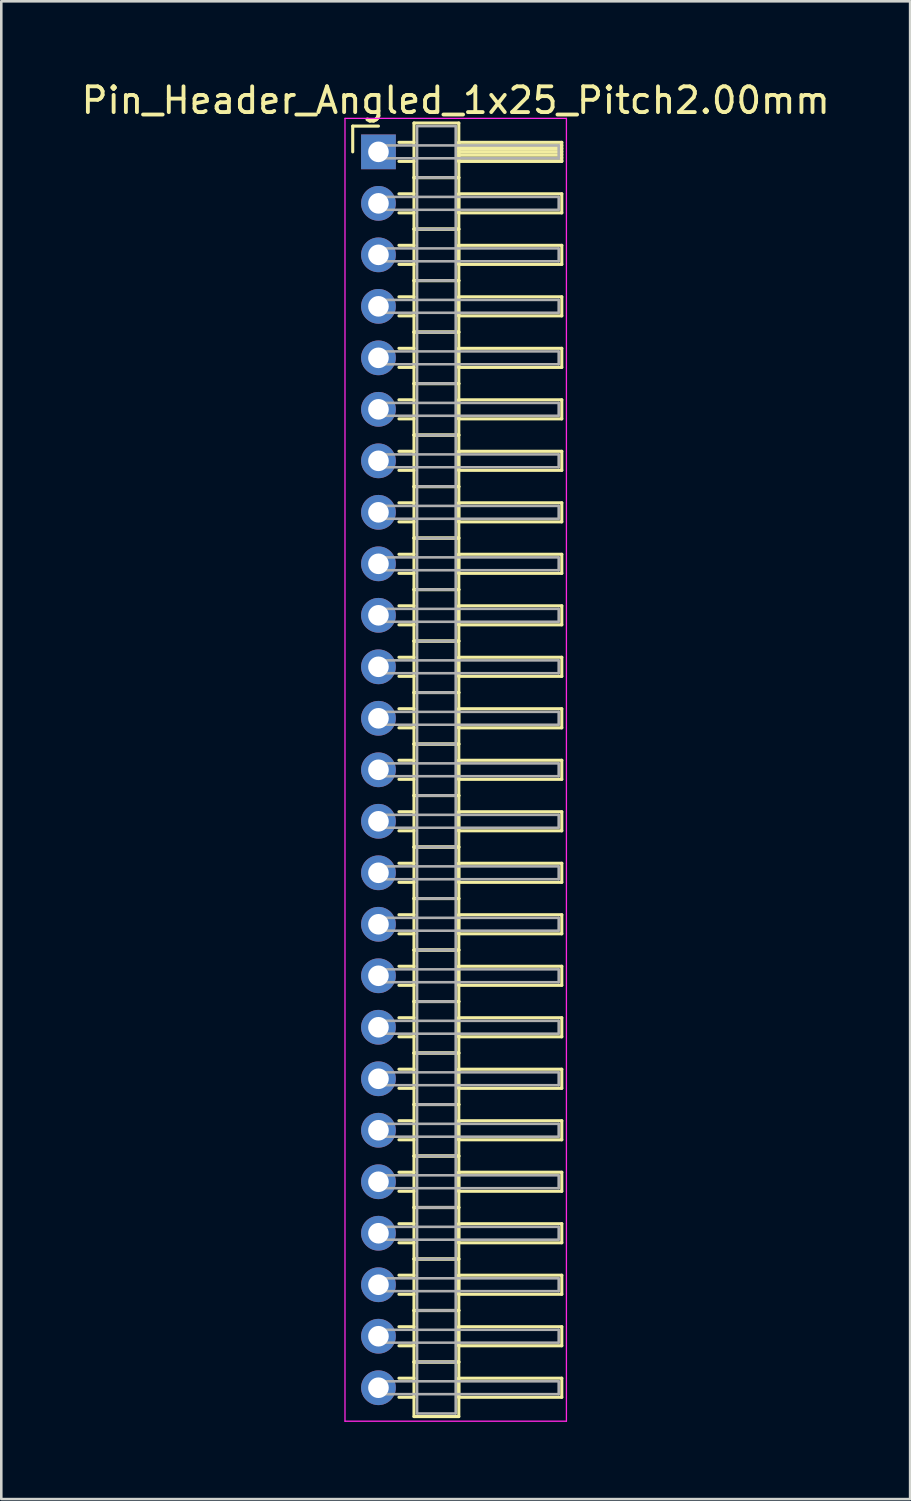
<source format=kicad_pcb>
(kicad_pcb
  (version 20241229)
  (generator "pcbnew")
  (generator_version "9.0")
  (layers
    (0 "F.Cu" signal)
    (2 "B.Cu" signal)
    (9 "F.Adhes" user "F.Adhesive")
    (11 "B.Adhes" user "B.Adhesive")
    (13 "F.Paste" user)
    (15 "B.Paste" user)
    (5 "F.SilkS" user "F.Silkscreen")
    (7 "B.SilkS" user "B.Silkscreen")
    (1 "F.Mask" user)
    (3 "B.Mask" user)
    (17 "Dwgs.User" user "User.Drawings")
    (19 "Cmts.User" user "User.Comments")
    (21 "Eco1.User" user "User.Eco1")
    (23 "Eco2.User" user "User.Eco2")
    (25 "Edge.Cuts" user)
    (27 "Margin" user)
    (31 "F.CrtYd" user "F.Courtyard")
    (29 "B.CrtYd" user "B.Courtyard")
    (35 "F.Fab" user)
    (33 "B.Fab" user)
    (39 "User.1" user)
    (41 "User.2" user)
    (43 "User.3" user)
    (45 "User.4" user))
  (footprint "Pin_Header_Angled_1x25_Pitch2.00mm"
    (layer "F.Cu")
    (at 11.649 2.848)
    (property "Reference" "Pin_Header_Angled_1x25_Pitch2.00mm" (at 3 -2 0) (layer "F.SilkS") (effects (font (size 1 1) (thickness 0.15))))
    (attr through_hole)
    (fp_line (start -1 -1) (end 0 -1) (stroke (width 0.12) (type solid)) (layer "F.SilkS"))
    (fp_line (start -1 0) (end -1 -1) (stroke (width 0.12) (type solid)) (layer "F.SilkS"))
    (fp_line (start 0.795 -0.37) (end 1.38 -0.37) (stroke (width 0.12) (type solid)) (layer "F.SilkS"))
    (fp_line (start 0.795 0.37) (end 1.38 0.37) (stroke (width 0.12) (type solid)) (layer "F.SilkS"))
    (fp_line (start 0.795 1.63) (end 1.38 1.63) (stroke (width 0.12) (type solid)) (layer "F.SilkS"))
    (fp_line (start 0.795 2.37) (end 1.38 2.37) (stroke (width 0.12) (type solid)) (layer "F.SilkS"))
    (fp_line (start 0.795 3.63) (end 1.38 3.63) (stroke (width 0.12) (type solid)) (layer "F.SilkS"))
    (fp_line (start 0.795 4.37) (end 1.38 4.37) (stroke (width 0.12) (type solid)) (layer "F.SilkS"))
    (fp_line (start 0.795 5.63) (end 1.38 5.63) (stroke (width 0.12) (type solid)) (layer "F.SilkS"))
    (fp_line (start 0.795 6.37) (end 1.38 6.37) (stroke (width 0.12) (type solid)) (layer "F.SilkS"))
    (fp_line (start 0.795 7.63) (end 1.38 7.63) (stroke (width 0.12) (type solid)) (layer "F.SilkS"))
    (fp_line (start 0.795 8.37) (end 1.38 8.37) (stroke (width 0.12) (type solid)) (layer "F.SilkS"))
    (fp_line (start 0.795 9.63) (end 1.38 9.63) (stroke (width 0.12) (type solid)) (layer "F.SilkS"))
    (fp_line (start 0.795 10.37) (end 1.38 10.37) (stroke (width 0.12) (type solid)) (layer "F.SilkS"))
    (fp_line (start 0.795 11.63) (end 1.38 11.63) (stroke (width 0.12) (type solid)) (layer "F.SilkS"))
    (fp_line (start 0.795 12.37) (end 1.38 12.37) (stroke (width 0.12) (type solid)) (layer "F.SilkS"))
    (fp_line (start 0.795 13.63) (end 1.38 13.63) (stroke (width 0.12) (type solid)) (layer "F.SilkS"))
    (fp_line (start 0.795 14.37) (end 1.38 14.37) (stroke (width 0.12) (type solid)) (layer "F.SilkS"))
    (fp_line (start 0.795 15.63) (end 1.38 15.63) (stroke (width 0.12) (type solid)) (layer "F.SilkS"))
    (fp_line (start 0.795 16.37) (end 1.38 16.37) (stroke (width 0.12) (type solid)) (layer "F.SilkS"))
    (fp_line (start 0.795 17.63) (end 1.38 17.63) (stroke (width 0.12) (type solid)) (layer "F.SilkS"))
    (fp_line (start 0.795 18.37) (end 1.38 18.37) (stroke (width 0.12) (type solid)) (layer "F.SilkS"))
    (fp_line (start 0.795 19.63) (end 1.38 19.63) (stroke (width 0.12) (type solid)) (layer "F.SilkS"))
    (fp_line (start 0.795 20.37) (end 1.38 20.37) (stroke (width 0.12) (type solid)) (layer "F.SilkS"))
    (fp_line (start 0.795 21.63) (end 1.38 21.63) (stroke (width 0.12) (type solid)) (layer "F.SilkS"))
    (fp_line (start 0.795 22.37) (end 1.38 22.37) (stroke (width 0.12) (type solid)) (layer "F.SilkS"))
    (fp_line (start 0.795 23.63) (end 1.38 23.63) (stroke (width 0.12) (type solid)) (layer "F.SilkS"))
    (fp_line (start 0.795 24.37) (end 1.38 24.37) (stroke (width 0.12) (type solid)) (layer "F.SilkS"))
    (fp_line (start 0.795 25.63) (end 1.38 25.63) (stroke (width 0.12) (type solid)) (layer "F.SilkS"))
    (fp_line (start 0.795 26.37) (end 1.38 26.37) (stroke (width 0.12) (type solid)) (layer "F.SilkS"))
    (fp_line (start 0.795 27.63) (end 1.38 27.63) (stroke (width 0.12) (type solid)) (layer "F.SilkS"))
    (fp_line (start 0.795 28.37) (end 1.38 28.37) (stroke (width 0.12) (type solid)) (layer "F.SilkS"))
    (fp_line (start 0.795 29.63) (end 1.38 29.63) (stroke (width 0.12) (type solid)) (layer "F.SilkS"))
    (fp_line (start 0.795 30.37) (end 1.38 30.37) (stroke (width 0.12) (type solid)) (layer "F.SilkS"))
    (fp_line (start 0.795 31.63) (end 1.38 31.63) (stroke (width 0.12) (type solid)) (layer "F.SilkS"))
    (fp_line (start 0.795 32.37) (end 1.38 32.37) (stroke (width 0.12) (type solid)) (layer "F.SilkS"))
    (fp_line (start 0.795 33.63) (end 1.38 33.63) (stroke (width 0.12) (type solid)) (layer "F.SilkS"))
    (fp_line (start 0.795 34.37) (end 1.38 34.37) (stroke (width 0.12) (type solid)) (layer "F.SilkS"))
    (fp_line (start 0.795 35.63) (end 1.38 35.63) (stroke (width 0.12) (type solid)) (layer "F.SilkS"))
    (fp_line (start 0.795 36.37) (end 1.38 36.37) (stroke (width 0.12) (type solid)) (layer "F.SilkS"))
    (fp_line (start 0.795 37.63) (end 1.38 37.63) (stroke (width 0.12) (type solid)) (layer "F.SilkS"))
    (fp_line (start 0.795 38.37) (end 1.38 38.37) (stroke (width 0.12) (type solid)) (layer "F.SilkS"))
    (fp_line (start 0.795 39.63) (end 1.38 39.63) (stroke (width 0.12) (type solid)) (layer "F.SilkS"))
    (fp_line (start 0.795 40.37) (end 1.38 40.37) (stroke (width 0.12) (type solid)) (layer "F.SilkS"))
    (fp_line (start 0.795 41.63) (end 1.38 41.63) (stroke (width 0.12) (type solid)) (layer "F.SilkS"))
    (fp_line (start 0.795 42.37) (end 1.38 42.37) (stroke (width 0.12) (type solid)) (layer "F.SilkS"))
    (fp_line (start 0.795 43.63) (end 1.38 43.63) (stroke (width 0.12) (type solid)) (layer "F.SilkS"))
    (fp_line (start 0.795 44.37) (end 1.38 44.37) (stroke (width 0.12) (type solid)) (layer "F.SilkS"))
    (fp_line (start 0.795 45.63) (end 1.38 45.63) (stroke (width 0.12) (type solid)) (layer "F.SilkS"))
    (fp_line (start 0.795 46.37) (end 1.38 46.37) (stroke (width 0.12) (type solid)) (layer "F.SilkS"))
    (fp_line (start 0.795 47.63) (end 1.38 47.63) (stroke (width 0.12) (type solid)) (layer "F.SilkS"))
    (fp_line (start 0.795 48.37) (end 1.38 48.37) (stroke (width 0.12) (type solid)) (layer "F.SilkS"))
    (fp_line (start 1.38 -1.12) (end 1.38 1) (stroke (width 0.12) (type solid)) (layer "F.SilkS"))
    (fp_line (start 1.38 1) (end 1.38 3) (stroke (width 0.12) (type solid)) (layer "F.SilkS"))
    (fp_line (start 1.38 1) (end 3.12 1) (stroke (width 0.12) (type solid)) (layer "F.SilkS"))
    (fp_line (start 1.38 3) (end 1.38 5) (stroke (width 0.12) (type solid)) (layer "F.SilkS"))
    (fp_line (start 1.38 3) (end 3.12 3) (stroke (width 0.12) (type solid)) (layer "F.SilkS"))
    (fp_line (start 1.38 5) (end 1.38 7) (stroke (width 0.12) (type solid)) (layer "F.SilkS"))
    (fp_line (start 1.38 5) (end 3.12 5) (stroke (width 0.12) (type solid)) (layer "F.SilkS"))
    (fp_line (start 1.38 7) (end 1.38 9) (stroke (width 0.12) (type solid)) (layer "F.SilkS"))
    (fp_line (start 1.38 7) (end 3.12 7) (stroke (width 0.12) (type solid)) (layer "F.SilkS"))
    (fp_line (start 1.38 9) (end 1.38 11) (stroke (width 0.12) (type solid)) (layer "F.SilkS"))
    (fp_line (start 1.38 9) (end 3.12 9) (stroke (width 0.12) (type solid)) (layer "F.SilkS"))
    (fp_line (start 1.38 11) (end 1.38 13) (stroke (width 0.12) (type solid)) (layer "F.SilkS"))
    (fp_line (start 1.38 11) (end 3.12 11) (stroke (width 0.12) (type solid)) (layer "F.SilkS"))
    (fp_line (start 1.38 13) (end 1.38 15) (stroke (width 0.12) (type solid)) (layer "F.SilkS"))
    (fp_line (start 1.38 13) (end 3.12 13) (stroke (width 0.12) (type solid)) (layer "F.SilkS"))
    (fp_line (start 1.38 15) (end 1.38 17) (stroke (width 0.12) (type solid)) (layer "F.SilkS"))
    (fp_line (start 1.38 15) (end 3.12 15) (stroke (width 0.12) (type solid)) (layer "F.SilkS"))
    (fp_line (start 1.38 17) (end 1.38 19) (stroke (width 0.12) (type solid)) (layer "F.SilkS"))
    (fp_line (start 1.38 17) (end 3.12 17) (stroke (width 0.12) (type solid)) (layer "F.SilkS"))
    (fp_line (start 1.38 19) (end 1.38 21) (stroke (width 0.12) (type solid)) (layer "F.SilkS"))
    (fp_line (start 1.38 19) (end 3.12 19) (stroke (width 0.12) (type solid)) (layer "F.SilkS"))
    (fp_line (start 1.38 21) (end 1.38 23) (stroke (width 0.12) (type solid)) (layer "F.SilkS"))
    (fp_line (start 1.38 21) (end 3.12 21) (stroke (width 0.12) (type solid)) (layer "F.SilkS"))
    (fp_line (start 1.38 23) (end 1.38 25) (stroke (width 0.12) (type solid)) (layer "F.SilkS"))
    (fp_line (start 1.38 23) (end 3.12 23) (stroke (width 0.12) (type solid)) (layer "F.SilkS"))
    (fp_line (start 1.38 25) (end 1.38 27) (stroke (width 0.12) (type solid)) (layer "F.SilkS"))
    (fp_line (start 1.38 25) (end 3.12 25) (stroke (width 0.12) (type solid)) (layer "F.SilkS"))
    (fp_line (start 1.38 27) (end 1.38 29) (stroke (width 0.12) (type solid)) (layer "F.SilkS"))
    (fp_line (start 1.38 27) (end 3.12 27) (stroke (width 0.12) (type solid)) (layer "F.SilkS"))
    (fp_line (start 1.38 29) (end 1.38 31) (stroke (width 0.12) (type solid)) (layer "F.SilkS"))
    (fp_line (start 1.38 29) (end 3.12 29) (stroke (width 0.12) (type solid)) (layer "F.SilkS"))
    (fp_line (start 1.38 31) (end 1.38 33) (stroke (width 0.12) (type solid)) (layer "F.SilkS"))
    (fp_line (start 1.38 31) (end 3.12 31) (stroke (width 0.12) (type solid)) (layer "F.SilkS"))
    (fp_line (start 1.38 33) (end 1.38 35) (stroke (width 0.12) (type solid)) (layer "F.SilkS"))
    (fp_line (start 1.38 33) (end 3.12 33) (stroke (width 0.12) (type solid)) (layer "F.SilkS"))
    (fp_line (start 1.38 35) (end 1.38 37) (stroke (width 0.12) (type solid)) (layer "F.SilkS"))
    (fp_line (start 1.38 35) (end 3.12 35) (stroke (width 0.12) (type solid)) (layer "F.SilkS"))
    (fp_line (start 1.38 37) (end 1.38 39) (stroke (width 0.12) (type solid)) (layer "F.SilkS"))
    (fp_line (start 1.38 37) (end 3.12 37) (stroke (width 0.12) (type solid)) (layer "F.SilkS"))
    (fp_line (start 1.38 39) (end 1.38 41) (stroke (width 0.12) (type solid)) (layer "F.SilkS"))
    (fp_line (start 1.38 39) (end 3.12 39) (stroke (width 0.12) (type solid)) (layer "F.SilkS"))
    (fp_line (start 1.38 41) (end 1.38 43) (stroke (width 0.12) (type solid)) (layer "F.SilkS"))
    (fp_line (start 1.38 41) (end 3.12 41) (stroke (width 0.12) (type solid)) (layer "F.SilkS"))
    (fp_line (start 1.38 43) (end 1.38 45) (stroke (width 0.12) (type solid)) (layer "F.SilkS"))
    (fp_line (start 1.38 43) (end 3.12 43) (stroke (width 0.12) (type solid)) (layer "F.SilkS"))
    (fp_line (start 1.38 45) (end 1.38 47) (stroke (width 0.12) (type solid)) (layer "F.SilkS"))
    (fp_line (start 1.38 45) (end 3.12 45) (stroke (width 0.12) (type solid)) (layer "F.SilkS"))
    (fp_line (start 1.38 47) (end 1.38 49.12) (stroke (width 0.12) (type solid)) (layer "F.SilkS"))
    (fp_line (start 1.38 47) (end 3.12 47) (stroke (width 0.12) (type solid)) (layer "F.SilkS"))
    (fp_line (start 1.38 49.12) (end 3.12 49.12) (stroke (width 0.12) (type solid)) (layer "F.SilkS"))
    (fp_line (start 3.12 -1.12) (end 1.38 -1.12) (stroke (width 0.12) (type solid)) (layer "F.SilkS"))
    (fp_line (start 3.12 -0.37) (end 3.12 0.37) (stroke (width 0.12) (type solid)) (layer "F.SilkS"))
    (fp_line (start 3.12 -0.25) (end 7.12 -0.25) (stroke (width 0.12) (type solid)) (layer "F.SilkS"))
    (fp_line (start 3.12 -0.13) (end 7.12 -0.13) (stroke (width 0.12) (type solid)) (layer "F.SilkS"))
    (fp_line (start 3.12 -0.01) (end 7.12 -0.01) (stroke (width 0.12) (type solid)) (layer "F.SilkS"))
    (fp_line (start 3.12 0.11) (end 7.12 0.11) (stroke (width 0.12) (type solid)) (layer "F.SilkS"))
    (fp_line (start 3.12 0.23) (end 7.12 0.23) (stroke (width 0.12) (type solid)) (layer "F.SilkS"))
    (fp_line (start 3.12 0.35) (end 7.12 0.35) (stroke (width 0.12) (type solid)) (layer "F.SilkS"))
    (fp_line (start 3.12 0.37) (end 7.12 0.37) (stroke (width 0.12) (type solid)) (layer "F.SilkS"))
    (fp_line (start 3.12 1) (end 1.38 1) (stroke (width 0.12) (type solid)) (layer "F.SilkS"))
    (fp_line (start 3.12 1) (end 3.12 -1.12) (stroke (width 0.12) (type solid)) (layer "F.SilkS"))
    (fp_line (start 3.12 1.63) (end 3.12 2.37) (stroke (width 0.12) (type solid)) (layer "F.SilkS"))
    (fp_line (start 3.12 2.37) (end 7.12 2.37) (stroke (width 0.12) (type solid)) (layer "F.SilkS"))
    (fp_line (start 3.12 3) (end 1.38 3) (stroke (width 0.12) (type solid)) (layer "F.SilkS"))
    (fp_line (start 3.12 3) (end 3.12 1) (stroke (width 0.12) (type solid)) (layer "F.SilkS"))
    (fp_line (start 3.12 3.63) (end 3.12 4.37) (stroke (width 0.12) (type solid)) (layer "F.SilkS"))
    (fp_line (start 3.12 4.37) (end 7.12 4.37) (stroke (width 0.12) (type solid)) (layer "F.SilkS"))
    (fp_line (start 3.12 5) (end 1.38 5) (stroke (width 0.12) (type solid)) (layer "F.SilkS"))
    (fp_line (start 3.12 5) (end 3.12 3) (stroke (width 0.12) (type solid)) (layer "F.SilkS"))
    (fp_line (start 3.12 5.63) (end 3.12 6.37) (stroke (width 0.12) (type solid)) (layer "F.SilkS"))
    (fp_line (start 3.12 6.37) (end 7.12 6.37) (stroke (width 0.12) (type solid)) (layer "F.SilkS"))
    (fp_line (start 3.12 7) (end 1.38 7) (stroke (width 0.12) (type solid)) (layer "F.SilkS"))
    (fp_line (start 3.12 7) (end 3.12 5) (stroke (width 0.12) (type solid)) (layer "F.SilkS"))
    (fp_line (start 3.12 7.63) (end 3.12 8.37) (stroke (width 0.12) (type solid)) (layer "F.SilkS"))
    (fp_line (start 3.12 8.37) (end 7.12 8.37) (stroke (width 0.12) (type solid)) (layer "F.SilkS"))
    (fp_line (start 3.12 9) (end 1.38 9) (stroke (width 0.12) (type solid)) (layer "F.SilkS"))
    (fp_line (start 3.12 9) (end 3.12 7) (stroke (width 0.12) (type solid)) (layer "F.SilkS"))
    (fp_line (start 3.12 9.63) (end 3.12 10.37) (stroke (width 0.12) (type solid)) (layer "F.SilkS"))
    (fp_line (start 3.12 10.37) (end 7.12 10.37) (stroke (width 0.12) (type solid)) (layer "F.SilkS"))
    (fp_line (start 3.12 11) (end 1.38 11) (stroke (width 0.12) (type solid)) (layer "F.SilkS"))
    (fp_line (start 3.12 11) (end 3.12 9) (stroke (width 0.12) (type solid)) (layer "F.SilkS"))
    (fp_line (start 3.12 11.63) (end 3.12 12.37) (stroke (width 0.12) (type solid)) (layer "F.SilkS"))
    (fp_line (start 3.12 12.37) (end 7.12 12.37) (stroke (width 0.12) (type solid)) (layer "F.SilkS"))
    (fp_line (start 3.12 13) (end 1.38 13) (stroke (width 0.12) (type solid)) (layer "F.SilkS"))
    (fp_line (start 3.12 13) (end 3.12 11) (stroke (width 0.12) (type solid)) (layer "F.SilkS"))
    (fp_line (start 3.12 13.63) (end 3.12 14.37) (stroke (width 0.12) (type solid)) (layer "F.SilkS"))
    (fp_line (start 3.12 14.37) (end 7.12 14.37) (stroke (width 0.12) (type solid)) (layer "F.SilkS"))
    (fp_line (start 3.12 15) (end 1.38 15) (stroke (width 0.12) (type solid)) (layer "F.SilkS"))
    (fp_line (start 3.12 15) (end 3.12 13) (stroke (width 0.12) (type solid)) (layer "F.SilkS"))
    (fp_line (start 3.12 15.63) (end 3.12 16.37) (stroke (width 0.12) (type solid)) (layer "F.SilkS"))
    (fp_line (start 3.12 16.37) (end 7.12 16.37) (stroke (width 0.12) (type solid)) (layer "F.SilkS"))
    (fp_line (start 3.12 17) (end 1.38 17) (stroke (width 0.12) (type solid)) (layer "F.SilkS"))
    (fp_line (start 3.12 17) (end 3.12 15) (stroke (width 0.12) (type solid)) (layer "F.SilkS"))
    (fp_line (start 3.12 17.63) (end 3.12 18.37) (stroke (width 0.12) (type solid)) (layer "F.SilkS"))
    (fp_line (start 3.12 18.37) (end 7.12 18.37) (stroke (width 0.12) (type solid)) (layer "F.SilkS"))
    (fp_line (start 3.12 19) (end 1.38 19) (stroke (width 0.12) (type solid)) (layer "F.SilkS"))
    (fp_line (start 3.12 19) (end 3.12 17) (stroke (width 0.12) (type solid)) (layer "F.SilkS"))
    (fp_line (start 3.12 19.63) (end 3.12 20.37) (stroke (width 0.12) (type solid)) (layer "F.SilkS"))
    (fp_line (start 3.12 20.37) (end 7.12 20.37) (stroke (width 0.12) (type solid)) (layer "F.SilkS"))
    (fp_line (start 3.12 21) (end 1.38 21) (stroke (width 0.12) (type solid)) (layer "F.SilkS"))
    (fp_line (start 3.12 21) (end 3.12 19) (stroke (width 0.12) (type solid)) (layer "F.SilkS"))
    (fp_line (start 3.12 21.63) (end 3.12 22.37) (stroke (width 0.12) (type solid)) (layer "F.SilkS"))
    (fp_line (start 3.12 22.37) (end 7.12 22.37) (stroke (width 0.12) (type solid)) (layer "F.SilkS"))
    (fp_line (start 3.12 23) (end 1.38 23) (stroke (width 0.12) (type solid)) (layer "F.SilkS"))
    (fp_line (start 3.12 23) (end 3.12 21) (stroke (width 0.12) (type solid)) (layer "F.SilkS"))
    (fp_line (start 3.12 23.63) (end 3.12 24.37) (stroke (width 0.12) (type solid)) (layer "F.SilkS"))
    (fp_line (start 3.12 24.37) (end 7.12 24.37) (stroke (width 0.12) (type solid)) (layer "F.SilkS"))
    (fp_line (start 3.12 25) (end 1.38 25) (stroke (width 0.12) (type solid)) (layer "F.SilkS"))
    (fp_line (start 3.12 25) (end 3.12 23) (stroke (width 0.12) (type solid)) (layer "F.SilkS"))
    (fp_line (start 3.12 25.63) (end 3.12 26.37) (stroke (width 0.12) (type solid)) (layer "F.SilkS"))
    (fp_line (start 3.12 26.37) (end 7.12 26.37) (stroke (width 0.12) (type solid)) (layer "F.SilkS"))
    (fp_line (start 3.12 27) (end 1.38 27) (stroke (width 0.12) (type solid)) (layer "F.SilkS"))
    (fp_line (start 3.12 27) (end 3.12 25) (stroke (width 0.12) (type solid)) (layer "F.SilkS"))
    (fp_line (start 3.12 27.63) (end 3.12 28.37) (stroke (width 0.12) (type solid)) (layer "F.SilkS"))
    (fp_line (start 3.12 28.37) (end 7.12 28.37) (stroke (width 0.12) (type solid)) (layer "F.SilkS"))
    (fp_line (start 3.12 29) (end 1.38 29) (stroke (width 0.12) (type solid)) (layer "F.SilkS"))
    (fp_line (start 3.12 29) (end 3.12 27) (stroke (width 0.12) (type solid)) (layer "F.SilkS"))
    (fp_line (start 3.12 29.63) (end 3.12 30.37) (stroke (width 0.12) (type solid)) (layer "F.SilkS"))
    (fp_line (start 3.12 30.37) (end 7.12 30.37) (stroke (width 0.12) (type solid)) (layer "F.SilkS"))
    (fp_line (start 3.12 31) (end 1.38 31) (stroke (width 0.12) (type solid)) (layer "F.SilkS"))
    (fp_line (start 3.12 31) (end 3.12 29) (stroke (width 0.12) (type solid)) (layer "F.SilkS"))
    (fp_line (start 3.12 31.63) (end 3.12 32.37) (stroke (width 0.12) (type solid)) (layer "F.SilkS"))
    (fp_line (start 3.12 32.37) (end 7.12 32.37) (stroke (width 0.12) (type solid)) (layer "F.SilkS"))
    (fp_line (start 3.12 33) (end 1.38 33) (stroke (width 0.12) (type solid)) (layer "F.SilkS"))
    (fp_line (start 3.12 33) (end 3.12 31) (stroke (width 0.12) (type solid)) (layer "F.SilkS"))
    (fp_line (start 3.12 33.63) (end 3.12 34.37) (stroke (width 0.12) (type solid)) (layer "F.SilkS"))
    (fp_line (start 3.12 34.37) (end 7.12 34.37) (stroke (width 0.12) (type solid)) (layer "F.SilkS"))
    (fp_line (start 3.12 35) (end 1.38 35) (stroke (width 0.12) (type solid)) (layer "F.SilkS"))
    (fp_line (start 3.12 35) (end 3.12 33) (stroke (width 0.12) (type solid)) (layer "F.SilkS"))
    (fp_line (start 3.12 35.63) (end 3.12 36.37) (stroke (width 0.12) (type solid)) (layer "F.SilkS"))
    (fp_line (start 3.12 36.37) (end 7.12 36.37) (stroke (width 0.12) (type solid)) (layer "F.SilkS"))
    (fp_line (start 3.12 37) (end 1.38 37) (stroke (width 0.12) (type solid)) (layer "F.SilkS"))
    (fp_line (start 3.12 37) (end 3.12 35) (stroke (width 0.12) (type solid)) (layer "F.SilkS"))
    (fp_line (start 3.12 37.63) (end 3.12 38.37) (stroke (width 0.12) (type solid)) (layer "F.SilkS"))
    (fp_line (start 3.12 38.37) (end 7.12 38.37) (stroke (width 0.12) (type solid)) (layer "F.SilkS"))
    (fp_line (start 3.12 39) (end 1.38 39) (stroke (width 0.12) (type solid)) (layer "F.SilkS"))
    (fp_line (start 3.12 39) (end 3.12 37) (stroke (width 0.12) (type solid)) (layer "F.SilkS"))
    (fp_line (start 3.12 39.63) (end 3.12 40.37) (stroke (width 0.12) (type solid)) (layer "F.SilkS"))
    (fp_line (start 3.12 40.37) (end 7.12 40.37) (stroke (width 0.12) (type solid)) (layer "F.SilkS"))
    (fp_line (start 3.12 41) (end 1.38 41) (stroke (width 0.12) (type solid)) (layer "F.SilkS"))
    (fp_line (start 3.12 41) (end 3.12 39) (stroke (width 0.12) (type solid)) (layer "F.SilkS"))
    (fp_line (start 3.12 41.63) (end 3.12 42.37) (stroke (width 0.12) (type solid)) (layer "F.SilkS"))
    (fp_line (start 3.12 42.37) (end 7.12 42.37) (stroke (width 0.12) (type solid)) (layer "F.SilkS"))
    (fp_line (start 3.12 43) (end 1.38 43) (stroke (width 0.12) (type solid)) (layer "F.SilkS"))
    (fp_line (start 3.12 43) (end 3.12 41) (stroke (width 0.12) (type solid)) (layer "F.SilkS"))
    (fp_line (start 3.12 43.63) (end 3.12 44.37) (stroke (width 0.12) (type solid)) (layer "F.SilkS"))
    (fp_line (start 3.12 44.37) (end 7.12 44.37) (stroke (width 0.12) (type solid)) (layer "F.SilkS"))
    (fp_line (start 3.12 45) (end 1.38 45) (stroke (width 0.12) (type solid)) (layer "F.SilkS"))
    (fp_line (start 3.12 45) (end 3.12 43) (stroke (width 0.12) (type solid)) (layer "F.SilkS"))
    (fp_line (start 3.12 45.63) (end 3.12 46.37) (stroke (width 0.12) (type solid)) (layer "F.SilkS"))
    (fp_line (start 3.12 46.37) (end 7.12 46.37) (stroke (width 0.12) (type solid)) (layer "F.SilkS"))
    (fp_line (start 3.12 47) (end 1.38 47) (stroke (width 0.12) (type solid)) (layer "F.SilkS"))
    (fp_line (start 3.12 47) (end 3.12 45) (stroke (width 0.12) (type solid)) (layer "F.SilkS"))
    (fp_line (start 3.12 47.63) (end 3.12 48.37) (stroke (width 0.12) (type solid)) (layer "F.SilkS"))
    (fp_line (start 3.12 48.37) (end 7.12 48.37) (stroke (width 0.12) (type solid)) (layer "F.SilkS"))
    (fp_line (start 3.12 49.12) (end 3.12 47) (stroke (width 0.12) (type solid)) (layer "F.SilkS"))
    (fp_line (start 7.12 -0.37) (end 3.12 -0.37) (stroke (width 0.12) (type solid)) (layer "F.SilkS"))
    (fp_line (start 7.12 0.37) (end 7.12 -0.37) (stroke (width 0.12) (type solid)) (layer "F.SilkS"))
    (fp_line (start 7.12 1.63) (end 3.12 1.63) (stroke (width 0.12) (type solid)) (layer "F.SilkS"))
    (fp_line (start 7.12 2.37) (end 7.12 1.63) (stroke (width 0.12) (type solid)) (layer "F.SilkS"))
    (fp_line (start 7.12 3.63) (end 3.12 3.63) (stroke (width 0.12) (type solid)) (layer "F.SilkS"))
    (fp_line (start 7.12 4.37) (end 7.12 3.63) (stroke (width 0.12) (type solid)) (layer "F.SilkS"))
    (fp_line (start 7.12 5.63) (end 3.12 5.63) (stroke (width 0.12) (type solid)) (layer "F.SilkS"))
    (fp_line (start 7.12 6.37) (end 7.12 5.63) (stroke (width 0.12) (type solid)) (layer "F.SilkS"))
    (fp_line (start 7.12 7.63) (end 3.12 7.63) (stroke (width 0.12) (type solid)) (layer "F.SilkS"))
    (fp_line (start 7.12 8.37) (end 7.12 7.63) (stroke (width 0.12) (type solid)) (layer "F.SilkS"))
    (fp_line (start 7.12 9.63) (end 3.12 9.63) (stroke (width 0.12) (type solid)) (layer "F.SilkS"))
    (fp_line (start 7.12 10.37) (end 7.12 9.63) (stroke (width 0.12) (type solid)) (layer "F.SilkS"))
    (fp_line (start 7.12 11.63) (end 3.12 11.63) (stroke (width 0.12) (type solid)) (layer "F.SilkS"))
    (fp_line (start 7.12 12.37) (end 7.12 11.63) (stroke (width 0.12) (type solid)) (layer "F.SilkS"))
    (fp_line (start 7.12 13.63) (end 3.12 13.63) (stroke (width 0.12) (type solid)) (layer "F.SilkS"))
    (fp_line (start 7.12 14.37) (end 7.12 13.63) (stroke (width 0.12) (type solid)) (layer "F.SilkS"))
    (fp_line (start 7.12 15.63) (end 3.12 15.63) (stroke (width 0.12) (type solid)) (layer "F.SilkS"))
    (fp_line (start 7.12 16.37) (end 7.12 15.63) (stroke (width 0.12) (type solid)) (layer "F.SilkS"))
    (fp_line (start 7.12 17.63) (end 3.12 17.63) (stroke (width 0.12) (type solid)) (layer "F.SilkS"))
    (fp_line (start 7.12 18.37) (end 7.12 17.63) (stroke (width 0.12) (type solid)) (layer "F.SilkS"))
    (fp_line (start 7.12 19.63) (end 3.12 19.63) (stroke (width 0.12) (type solid)) (layer "F.SilkS"))
    (fp_line (start 7.12 20.37) (end 7.12 19.63) (stroke (width 0.12) (type solid)) (layer "F.SilkS"))
    (fp_line (start 7.12 21.63) (end 3.12 21.63) (stroke (width 0.12) (type solid)) (layer "F.SilkS"))
    (fp_line (start 7.12 22.37) (end 7.12 21.63) (stroke (width 0.12) (type solid)) (layer "F.SilkS"))
    (fp_line (start 7.12 23.63) (end 3.12 23.63) (stroke (width 0.12) (type solid)) (layer "F.SilkS"))
    (fp_line (start 7.12 24.37) (end 7.12 23.63) (stroke (width 0.12) (type solid)) (layer "F.SilkS"))
    (fp_line (start 7.12 25.63) (end 3.12 25.63) (stroke (width 0.12) (type solid)) (layer "F.SilkS"))
    (fp_line (start 7.12 26.37) (end 7.12 25.63) (stroke (width 0.12) (type solid)) (layer "F.SilkS"))
    (fp_line (start 7.12 27.63) (end 3.12 27.63) (stroke (width 0.12) (type solid)) (layer "F.SilkS"))
    (fp_line (start 7.12 28.37) (end 7.12 27.63) (stroke (width 0.12) (type solid)) (layer "F.SilkS"))
    (fp_line (start 7.12 29.63) (end 3.12 29.63) (stroke (width 0.12) (type solid)) (layer "F.SilkS"))
    (fp_line (start 7.12 30.37) (end 7.12 29.63) (stroke (width 0.12) (type solid)) (layer "F.SilkS"))
    (fp_line (start 7.12 31.63) (end 3.12 31.63) (stroke (width 0.12) (type solid)) (layer "F.SilkS"))
    (fp_line (start 7.12 32.37) (end 7.12 31.63) (stroke (width 0.12) (type solid)) (layer "F.SilkS"))
    (fp_line (start 7.12 33.63) (end 3.12 33.63) (stroke (width 0.12) (type solid)) (layer "F.SilkS"))
    (fp_line (start 7.12 34.37) (end 7.12 33.63) (stroke (width 0.12) (type solid)) (layer "F.SilkS"))
    (fp_line (start 7.12 35.63) (end 3.12 35.63) (stroke (width 0.12) (type solid)) (layer "F.SilkS"))
    (fp_line (start 7.12 36.37) (end 7.12 35.63) (stroke (width 0.12) (type solid)) (layer "F.SilkS"))
    (fp_line (start 7.12 37.63) (end 3.12 37.63) (stroke (width 0.12) (type solid)) (layer "F.SilkS"))
    (fp_line (start 7.12 38.37) (end 7.12 37.63) (stroke (width 0.12) (type solid)) (layer "F.SilkS"))
    (fp_line (start 7.12 39.63) (end 3.12 39.63) (stroke (width 0.12) (type solid)) (layer "F.SilkS"))
    (fp_line (start 7.12 40.37) (end 7.12 39.63) (stroke (width 0.12) (type solid)) (layer "F.SilkS"))
    (fp_line (start 7.12 41.63) (end 3.12 41.63) (stroke (width 0.12) (type solid)) (layer "F.SilkS"))
    (fp_line (start 7.12 42.37) (end 7.12 41.63) (stroke (width 0.12) (type solid)) (layer "F.SilkS"))
    (fp_line (start 7.12 43.63) (end 3.12 43.63) (stroke (width 0.12) (type solid)) (layer "F.SilkS"))
    (fp_line (start 7.12 44.37) (end 7.12 43.63) (stroke (width 0.12) (type solid)) (layer "F.SilkS"))
    (fp_line (start 7.12 45.63) (end 3.12 45.63) (stroke (width 0.12) (type solid)) (layer "F.SilkS"))
    (fp_line (start 7.12 46.37) (end 7.12 45.63) (stroke (width 0.12) (type solid)) (layer "F.SilkS"))
    (fp_line (start 7.12 47.63) (end 3.12 47.63) (stroke (width 0.12) (type solid)) (layer "F.SilkS"))
    (fp_line (start 7.12 48.37) (end 7.12 47.63) (stroke (width 0.12) (type solid)) (layer "F.SilkS"))
    (fp_line (start -1.3 -1.3) (end -1.3 49.3) (stroke (width 0.05) (type solid)) (layer "F.CrtYd"))
    (fp_line (start -1.3 49.3) (end 7.3 49.3) (stroke (width 0.05) (type solid)) (layer "F.CrtYd"))
    (fp_line (start 7.3 -1.3) (end -1.3 -1.3) (stroke (width 0.05) (type solid)) (layer "F.CrtYd"))
    (fp_line (start 7.3 49.3) (end 7.3 -1.3) (stroke (width 0.05) (type solid)) (layer "F.CrtYd"))
    (fp_line (start 0 -0.25) (end 0 0.25) (stroke (width 0.1) (type solid)) (layer "F.Fab"))
    (fp_line (start 0 0.25) (end 7 0.25) (stroke (width 0.1) (type solid)) (layer "F.Fab"))
    (fp_line (start 0 1.75) (end 0 2.25) (stroke (width 0.1) (type solid)) (layer "F.Fab"))
    (fp_line (start 0 2.25) (end 7 2.25) (stroke (width 0.1) (type solid)) (layer "F.Fab"))
    (fp_line (start 0 3.75) (end 0 4.25) (stroke (width 0.1) (type solid)) (layer "F.Fab"))
    (fp_line (start 0 4.25) (end 7 4.25) (stroke (width 0.1) (type solid)) (layer "F.Fab"))
    (fp_line (start 0 5.75) (end 0 6.25) (stroke (width 0.1) (type solid)) (layer "F.Fab"))
    (fp_line (start 0 6.25) (end 7 6.25) (stroke (width 0.1) (type solid)) (layer "F.Fab"))
    (fp_line (start 0 7.75) (end 0 8.25) (stroke (width 0.1) (type solid)) (layer "F.Fab"))
    (fp_line (start 0 8.25) (end 7 8.25) (stroke (width 0.1) (type solid)) (layer "F.Fab"))
    (fp_line (start 0 9.75) (end 0 10.25) (stroke (width 0.1) (type solid)) (layer "F.Fab"))
    (fp_line (start 0 10.25) (end 7 10.25) (stroke (width 0.1) (type solid)) (layer "F.Fab"))
    (fp_line (start 0 11.75) (end 0 12.25) (stroke (width 0.1) (type solid)) (layer "F.Fab"))
    (fp_line (start 0 12.25) (end 7 12.25) (stroke (width 0.1) (type solid)) (layer "F.Fab"))
    (fp_line (start 0 13.75) (end 0 14.25) (stroke (width 0.1) (type solid)) (layer "F.Fab"))
    (fp_line (start 0 14.25) (end 7 14.25) (stroke (width 0.1) (type solid)) (layer "F.Fab"))
    (fp_line (start 0 15.75) (end 0 16.25) (stroke (width 0.1) (type solid)) (layer "F.Fab"))
    (fp_line (start 0 16.25) (end 7 16.25) (stroke (width 0.1) (type solid)) (layer "F.Fab"))
    (fp_line (start 0 17.75) (end 0 18.25) (stroke (width 0.1) (type solid)) (layer "F.Fab"))
    (fp_line (start 0 18.25) (end 7 18.25) (stroke (width 0.1) (type solid)) (layer "F.Fab"))
    (fp_line (start 0 19.75) (end 0 20.25) (stroke (width 0.1) (type solid)) (layer "F.Fab"))
    (fp_line (start 0 20.25) (end 7 20.25) (stroke (width 0.1) (type solid)) (layer "F.Fab"))
    (fp_line (start 0 21.75) (end 0 22.25) (stroke (width 0.1) (type solid)) (layer "F.Fab"))
    (fp_line (start 0 22.25) (end 7 22.25) (stroke (width 0.1) (type solid)) (layer "F.Fab"))
    (fp_line (start 0 23.75) (end 0 24.25) (stroke (width 0.1) (type solid)) (layer "F.Fab"))
    (fp_line (start 0 24.25) (end 7 24.25) (stroke (width 0.1) (type solid)) (layer "F.Fab"))
    (fp_line (start 0 25.75) (end 0 26.25) (stroke (width 0.1) (type solid)) (layer "F.Fab"))
    (fp_line (start 0 26.25) (end 7 26.25) (stroke (width 0.1) (type solid)) (layer "F.Fab"))
    (fp_line (start 0 27.75) (end 0 28.25) (stroke (width 0.1) (type solid)) (layer "F.Fab"))
    (fp_line (start 0 28.25) (end 7 28.25) (stroke (width 0.1) (type solid)) (layer "F.Fab"))
    (fp_line (start 0 29.75) (end 0 30.25) (stroke (width 0.1) (type solid)) (layer "F.Fab"))
    (fp_line (start 0 30.25) (end 7 30.25) (stroke (width 0.1) (type solid)) (layer "F.Fab"))
    (fp_line (start 0 31.75) (end 0 32.25) (stroke (width 0.1) (type solid)) (layer "F.Fab"))
    (fp_line (start 0 32.25) (end 7 32.25) (stroke (width 0.1) (type solid)) (layer "F.Fab"))
    (fp_line (start 0 33.75) (end 0 34.25) (stroke (width 0.1) (type solid)) (layer "F.Fab"))
    (fp_line (start 0 34.25) (end 7 34.25) (stroke (width 0.1) (type solid)) (layer "F.Fab"))
    (fp_line (start 0 35.75) (end 0 36.25) (stroke (width 0.1) (type solid)) (layer "F.Fab"))
    (fp_line (start 0 36.25) (end 7 36.25) (stroke (width 0.1) (type solid)) (layer "F.Fab"))
    (fp_line (start 0 37.75) (end 0 38.25) (stroke (width 0.1) (type solid)) (layer "F.Fab"))
    (fp_line (start 0 38.25) (end 7 38.25) (stroke (width 0.1) (type solid)) (layer "F.Fab"))
    (fp_line (start 0 39.75) (end 0 40.25) (stroke (width 0.1) (type solid)) (layer "F.Fab"))
    (fp_line (start 0 40.25) (end 7 40.25) (stroke (width 0.1) (type solid)) (layer "F.Fab"))
    (fp_line (start 0 41.75) (end 0 42.25) (stroke (width 0.1) (type solid)) (layer "F.Fab"))
    (fp_line (start 0 42.25) (end 7 42.25) (stroke (width 0.1) (type solid)) (layer "F.Fab"))
    (fp_line (start 0 43.75) (end 0 44.25) (stroke (width 0.1) (type solid)) (layer "F.Fab"))
    (fp_line (start 0 44.25) (end 7 44.25) (stroke (width 0.1) (type solid)) (layer "F.Fab"))
    (fp_line (start 0 45.75) (end 0 46.25) (stroke (width 0.1) (type solid)) (layer "F.Fab"))
    (fp_line (start 0 46.25) (end 7 46.25) (stroke (width 0.1) (type solid)) (layer "F.Fab"))
    (fp_line (start 0 47.75) (end 0 48.25) (stroke (width 0.1) (type solid)) (layer "F.Fab"))
    (fp_line (start 0 48.25) (end 7 48.25) (stroke (width 0.1) (type solid)) (layer "F.Fab"))
    (fp_line (start 1.5 -1) (end 1.5 1) (stroke (width 0.1) (type solid)) (layer "F.Fab"))
    (fp_line (start 1.5 1) (end 1.5 3) (stroke (width 0.1) (type solid)) (layer "F.Fab"))
    (fp_line (start 1.5 1) (end 3 1) (stroke (width 0.1) (type solid)) (layer "F.Fab"))
    (fp_line (start 1.5 3) (end 1.5 5) (stroke (width 0.1) (type solid)) (layer "F.Fab"))
    (fp_line (start 1.5 3) (end 3 3) (stroke (width 0.1) (type solid)) (layer "F.Fab"))
    (fp_line (start 1.5 5) (end 1.5 7) (stroke (width 0.1) (type solid)) (layer "F.Fab"))
    (fp_line (start 1.5 5) (end 3 5) (stroke (width 0.1) (type solid)) (layer "F.Fab"))
    (fp_line (start 1.5 7) (end 1.5 9) (stroke (width 0.1) (type solid)) (layer "F.Fab"))
    (fp_line (start 1.5 7) (end 3 7) (stroke (width 0.1) (type solid)) (layer "F.Fab"))
    (fp_line (start 1.5 9) (end 1.5 11) (stroke (width 0.1) (type solid)) (layer "F.Fab"))
    (fp_line (start 1.5 9) (end 3 9) (stroke (width 0.1) (type solid)) (layer "F.Fab"))
    (fp_line (start 1.5 11) (end 1.5 13) (stroke (width 0.1) (type solid)) (layer "F.Fab"))
    (fp_line (start 1.5 11) (end 3 11) (stroke (width 0.1) (type solid)) (layer "F.Fab"))
    (fp_line (start 1.5 13) (end 1.5 15) (stroke (width 0.1) (type solid)) (layer "F.Fab"))
    (fp_line (start 1.5 13) (end 3 13) (stroke (width 0.1) (type solid)) (layer "F.Fab"))
    (fp_line (start 1.5 15) (end 1.5 17) (stroke (width 0.1) (type solid)) (layer "F.Fab"))
    (fp_line (start 1.5 15) (end 3 15) (stroke (width 0.1) (type solid)) (layer "F.Fab"))
    (fp_line (start 1.5 17) (end 1.5 19) (stroke (width 0.1) (type solid)) (layer "F.Fab"))
    (fp_line (start 1.5 17) (end 3 17) (stroke (width 0.1) (type solid)) (layer "F.Fab"))
    (fp_line (start 1.5 19) (end 1.5 21) (stroke (width 0.1) (type solid)) (layer "F.Fab"))
    (fp_line (start 1.5 19) (end 3 19) (stroke (width 0.1) (type solid)) (layer "F.Fab"))
    (fp_line (start 1.5 21) (end 1.5 23) (stroke (width 0.1) (type solid)) (layer "F.Fab"))
    (fp_line (start 1.5 21) (end 3 21) (stroke (width 0.1) (type solid)) (layer "F.Fab"))
    (fp_line (start 1.5 23) (end 1.5 25) (stroke (width 0.1) (type solid)) (layer "F.Fab"))
    (fp_line (start 1.5 23) (end 3 23) (stroke (width 0.1) (type solid)) (layer "F.Fab"))
    (fp_line (start 1.5 25) (end 1.5 27) (stroke (width 0.1) (type solid)) (layer "F.Fab"))
    (fp_line (start 1.5 25) (end 3 25) (stroke (width 0.1) (type solid)) (layer "F.Fab"))
    (fp_line (start 1.5 27) (end 1.5 29) (stroke (width 0.1) (type solid)) (layer "F.Fab"))
    (fp_line (start 1.5 27) (end 3 27) (stroke (width 0.1) (type solid)) (layer "F.Fab"))
    (fp_line (start 1.5 29) (end 1.5 31) (stroke (width 0.1) (type solid)) (layer "F.Fab"))
    (fp_line (start 1.5 29) (end 3 29) (stroke (width 0.1) (type solid)) (layer "F.Fab"))
    (fp_line (start 1.5 31) (end 1.5 33) (stroke (width 0.1) (type solid)) (layer "F.Fab"))
    (fp_line (start 1.5 31) (end 3 31) (stroke (width 0.1) (type solid)) (layer "F.Fab"))
    (fp_line (start 1.5 33) (end 1.5 35) (stroke (width 0.1) (type solid)) (layer "F.Fab"))
    (fp_line (start 1.5 33) (end 3 33) (stroke (width 0.1) (type solid)) (layer "F.Fab"))
    (fp_line (start 1.5 35) (end 1.5 37) (stroke (width 0.1) (type solid)) (layer "F.Fab"))
    (fp_line (start 1.5 35) (end 3 35) (stroke (width 0.1) (type solid)) (layer "F.Fab"))
    (fp_line (start 1.5 37) (end 1.5 39) (stroke (width 0.1) (type solid)) (layer "F.Fab"))
    (fp_line (start 1.5 37) (end 3 37) (stroke (width 0.1) (type solid)) (layer "F.Fab"))
    (fp_line (start 1.5 39) (end 1.5 41) (stroke (width 0.1) (type solid)) (layer "F.Fab"))
    (fp_line (start 1.5 39) (end 3 39) (stroke (width 0.1) (type solid)) (layer "F.Fab"))
    (fp_line (start 1.5 41) (end 1.5 43) (stroke (width 0.1) (type solid)) (layer "F.Fab"))
    (fp_line (start 1.5 41) (end 3 41) (stroke (width 0.1) (type solid)) (layer "F.Fab"))
    (fp_line (start 1.5 43) (end 1.5 45) (stroke (width 0.1) (type solid)) (layer "F.Fab"))
    (fp_line (start 1.5 43) (end 3 43) (stroke (width 0.1) (type solid)) (layer "F.Fab"))
    (fp_line (start 1.5 45) (end 1.5 47) (stroke (width 0.1) (type solid)) (layer "F.Fab"))
    (fp_line (start 1.5 45) (end 3 45) (stroke (width 0.1) (type solid)) (layer "F.Fab"))
    (fp_line (start 1.5 47) (end 1.5 49) (stroke (width 0.1) (type solid)) (layer "F.Fab"))
    (fp_line (start 1.5 47) (end 3 47) (stroke (width 0.1) (type solid)) (layer "F.Fab"))
    (fp_line (start 1.5 49) (end 3 49) (stroke (width 0.1) (type solid)) (layer "F.Fab"))
    (fp_line (start 3 -1) (end 1.5 -1) (stroke (width 0.1) (type solid)) (layer "F.Fab"))
    (fp_line (start 3 1) (end 1.5 1) (stroke (width 0.1) (type solid)) (layer "F.Fab"))
    (fp_line (start 3 1) (end 3 -1) (stroke (width 0.1) (type solid)) (layer "F.Fab"))
    (fp_line (start 3 3) (end 1.5 3) (stroke (width 0.1) (type solid)) (layer "F.Fab"))
    (fp_line (start 3 3) (end 3 1) (stroke (width 0.1) (type solid)) (layer "F.Fab"))
    (fp_line (start 3 5) (end 1.5 5) (stroke (width 0.1) (type solid)) (layer "F.Fab"))
    (fp_line (start 3 5) (end 3 3) (stroke (width 0.1) (type solid)) (layer "F.Fab"))
    (fp_line (start 3 7) (end 1.5 7) (stroke (width 0.1) (type solid)) (layer "F.Fab"))
    (fp_line (start 3 7) (end 3 5) (stroke (width 0.1) (type solid)) (layer "F.Fab"))
    (fp_line (start 3 9) (end 1.5 9) (stroke (width 0.1) (type solid)) (layer "F.Fab"))
    (fp_line (start 3 9) (end 3 7) (stroke (width 0.1) (type solid)) (layer "F.Fab"))
    (fp_line (start 3 11) (end 1.5 11) (stroke (width 0.1) (type solid)) (layer "F.Fab"))
    (fp_line (start 3 11) (end 3 9) (stroke (width 0.1) (type solid)) (layer "F.Fab"))
    (fp_line (start 3 13) (end 1.5 13) (stroke (width 0.1) (type solid)) (layer "F.Fab"))
    (fp_line (start 3 13) (end 3 11) (stroke (width 0.1) (type solid)) (layer "F.Fab"))
    (fp_line (start 3 15) (end 1.5 15) (stroke (width 0.1) (type solid)) (layer "F.Fab"))
    (fp_line (start 3 15) (end 3 13) (stroke (width 0.1) (type solid)) (layer "F.Fab"))
    (fp_line (start 3 17) (end 1.5 17) (stroke (width 0.1) (type solid)) (layer "F.Fab"))
    (fp_line (start 3 17) (end 3 15) (stroke (width 0.1) (type solid)) (layer "F.Fab"))
    (fp_line (start 3 19) (end 1.5 19) (stroke (width 0.1) (type solid)) (layer "F.Fab"))
    (fp_line (start 3 19) (end 3 17) (stroke (width 0.1) (type solid)) (layer "F.Fab"))
    (fp_line (start 3 21) (end 1.5 21) (stroke (width 0.1) (type solid)) (layer "F.Fab"))
    (fp_line (start 3 21) (end 3 19) (stroke (width 0.1) (type solid)) (layer "F.Fab"))
    (fp_line (start 3 23) (end 1.5 23) (stroke (width 0.1) (type solid)) (layer "F.Fab"))
    (fp_line (start 3 23) (end 3 21) (stroke (width 0.1) (type solid)) (layer "F.Fab"))
    (fp_line (start 3 25) (end 1.5 25) (stroke (width 0.1) (type solid)) (layer "F.Fab"))
    (fp_line (start 3 25) (end 3 23) (stroke (width 0.1) (type solid)) (layer "F.Fab"))
    (fp_line (start 3 27) (end 1.5 27) (stroke (width 0.1) (type solid)) (layer "F.Fab"))
    (fp_line (start 3 27) (end 3 25) (stroke (width 0.1) (type solid)) (layer "F.Fab"))
    (fp_line (start 3 29) (end 1.5 29) (stroke (width 0.1) (type solid)) (layer "F.Fab"))
    (fp_line (start 3 29) (end 3 27) (stroke (width 0.1) (type solid)) (layer "F.Fab"))
    (fp_line (start 3 31) (end 1.5 31) (stroke (width 0.1) (type solid)) (layer "F.Fab"))
    (fp_line (start 3 31) (end 3 29) (stroke (width 0.1) (type solid)) (layer "F.Fab"))
    (fp_line (start 3 33) (end 1.5 33) (stroke (width 0.1) (type solid)) (layer "F.Fab"))
    (fp_line (start 3 33) (end 3 31) (stroke (width 0.1) (type solid)) (layer "F.Fab"))
    (fp_line (start 3 35) (end 1.5 35) (stroke (width 0.1) (type solid)) (layer "F.Fab"))
    (fp_line (start 3 35) (end 3 33) (stroke (width 0.1) (type solid)) (layer "F.Fab"))
    (fp_line (start 3 37) (end 1.5 37) (stroke (width 0.1) (type solid)) (layer "F.Fab"))
    (fp_line (start 3 37) (end 3 35) (stroke (width 0.1) (type solid)) (layer "F.Fab"))
    (fp_line (start 3 39) (end 1.5 39) (stroke (width 0.1) (type solid)) (layer "F.Fab"))
    (fp_line (start 3 39) (end 3 37) (stroke (width 0.1) (type solid)) (layer "F.Fab"))
    (fp_line (start 3 41) (end 1.5 41) (stroke (width 0.1) (type solid)) (layer "F.Fab"))
    (fp_line (start 3 41) (end 3 39) (stroke (width 0.1) (type solid)) (layer "F.Fab"))
    (fp_line (start 3 43) (end 1.5 43) (stroke (width 0.1) (type solid)) (layer "F.Fab"))
    (fp_line (start 3 43) (end 3 41) (stroke (width 0.1) (type solid)) (layer "F.Fab"))
    (fp_line (start 3 45) (end 1.5 45) (stroke (width 0.1) (type solid)) (layer "F.Fab"))
    (fp_line (start 3 45) (end 3 43) (stroke (width 0.1) (type solid)) (layer "F.Fab"))
    (fp_line (start 3 47) (end 1.5 47) (stroke (width 0.1) (type solid)) (layer "F.Fab"))
    (fp_line (start 3 47) (end 3 45) (stroke (width 0.1) (type solid)) (layer "F.Fab"))
    (fp_line (start 3 49) (end 3 47) (stroke (width 0.1) (type solid)) (layer "F.Fab"))
    (fp_line (start 7 -0.25) (end 0 -0.25) (stroke (width 0.1) (type solid)) (layer "F.Fab"))
    (fp_line (start 7 0.25) (end 7 -0.25) (stroke (width 0.1) (type solid)) (layer "F.Fab"))
    (fp_line (start 7 1.75) (end 0 1.75) (stroke (width 0.1) (type solid)) (layer "F.Fab"))
    (fp_line (start 7 2.25) (end 7 1.75) (stroke (width 0.1) (type solid)) (layer "F.Fab"))
    (fp_line (start 7 3.75) (end 0 3.75) (stroke (width 0.1) (type solid)) (layer "F.Fab"))
    (fp_line (start 7 4.25) (end 7 3.75) (stroke (width 0.1) (type solid)) (layer "F.Fab"))
    (fp_line (start 7 5.75) (end 0 5.75) (stroke (width 0.1) (type solid)) (layer "F.Fab"))
    (fp_line (start 7 6.25) (end 7 5.75) (stroke (width 0.1) (type solid)) (layer "F.Fab"))
    (fp_line (start 7 7.75) (end 0 7.75) (stroke (width 0.1) (type solid)) (layer "F.Fab"))
    (fp_line (start 7 8.25) (end 7 7.75) (stroke (width 0.1) (type solid)) (layer "F.Fab"))
    (fp_line (start 7 9.75) (end 0 9.75) (stroke (width 0.1) (type solid)) (layer "F.Fab"))
    (fp_line (start 7 10.25) (end 7 9.75) (stroke (width 0.1) (type solid)) (layer "F.Fab"))
    (fp_line (start 7 11.75) (end 0 11.75) (stroke (width 0.1) (type solid)) (layer "F.Fab"))
    (fp_line (start 7 12.25) (end 7 11.75) (stroke (width 0.1) (type solid)) (layer "F.Fab"))
    (fp_line (start 7 13.75) (end 0 13.75) (stroke (width 0.1) (type solid)) (layer "F.Fab"))
    (fp_line (start 7 14.25) (end 7 13.75) (stroke (width 0.1) (type solid)) (layer "F.Fab"))
    (fp_line (start 7 15.75) (end 0 15.75) (stroke (width 0.1) (type solid)) (layer "F.Fab"))
    (fp_line (start 7 16.25) (end 7 15.75) (stroke (width 0.1) (type solid)) (layer "F.Fab"))
    (fp_line (start 7 17.75) (end 0 17.75) (stroke (width 0.1) (type solid)) (layer "F.Fab"))
    (fp_line (start 7 18.25) (end 7 17.75) (stroke (width 0.1) (type solid)) (layer "F.Fab"))
    (fp_line (start 7 19.75) (end 0 19.75) (stroke (width 0.1) (type solid)) (layer "F.Fab"))
    (fp_line (start 7 20.25) (end 7 19.75) (stroke (width 0.1) (type solid)) (layer "F.Fab"))
    (fp_line (start 7 21.75) (end 0 21.75) (stroke (width 0.1) (type solid)) (layer "F.Fab"))
    (fp_line (start 7 22.25) (end 7 21.75) (stroke (width 0.1) (type solid)) (layer "F.Fab"))
    (fp_line (start 7 23.75) (end 0 23.75) (stroke (width 0.1) (type solid)) (layer "F.Fab"))
    (fp_line (start 7 24.25) (end 7 23.75) (stroke (width 0.1) (type solid)) (layer "F.Fab"))
    (fp_line (start 7 25.75) (end 0 25.75) (stroke (width 0.1) (type solid)) (layer "F.Fab"))
    (fp_line (start 7 26.25) (end 7 25.75) (stroke (width 0.1) (type solid)) (layer "F.Fab"))
    (fp_line (start 7 27.75) (end 0 27.75) (stroke (width 0.1) (type solid)) (layer "F.Fab"))
    (fp_line (start 7 28.25) (end 7 27.75) (stroke (width 0.1) (type solid)) (layer "F.Fab"))
    (fp_line (start 7 29.75) (end 0 29.75) (stroke (width 0.1) (type solid)) (layer "F.Fab"))
    (fp_line (start 7 30.25) (end 7 29.75) (stroke (width 0.1) (type solid)) (layer "F.Fab"))
    (fp_line (start 7 31.75) (end 0 31.75) (stroke (width 0.1) (type solid)) (layer "F.Fab"))
    (fp_line (start 7 32.25) (end 7 31.75) (stroke (width 0.1) (type solid)) (layer "F.Fab"))
    (fp_line (start 7 33.75) (end 0 33.75) (stroke (width 0.1) (type solid)) (layer "F.Fab"))
    (fp_line (start 7 34.25) (end 7 33.75) (stroke (width 0.1) (type solid)) (layer "F.Fab"))
    (fp_line (start 7 35.75) (end 0 35.75) (stroke (width 0.1) (type solid)) (layer "F.Fab"))
    (fp_line (start 7 36.25) (end 7 35.75) (stroke (width 0.1) (type solid)) (layer "F.Fab"))
    (fp_line (start 7 37.75) (end 0 37.75) (stroke (width 0.1) (type solid)) (layer "F.Fab"))
    (fp_line (start 7 38.25) (end 7 37.75) (stroke (width 0.1) (type solid)) (layer "F.Fab"))
    (fp_line (start 7 39.75) (end 0 39.75) (stroke (width 0.1) (type solid)) (layer "F.Fab"))
    (fp_line (start 7 40.25) (end 7 39.75) (stroke (width 0.1) (type solid)) (layer "F.Fab"))
    (fp_line (start 7 41.75) (end 0 41.75) (stroke (width 0.1) (type solid)) (layer "F.Fab"))
    (fp_line (start 7 42.25) (end 7 41.75) (stroke (width 0.1) (type solid)) (layer "F.Fab"))
    (fp_line (start 7 43.75) (end 0 43.75) (stroke (width 0.1) (type solid)) (layer "F.Fab"))
    (fp_line (start 7 44.25) (end 7 43.75) (stroke (width 0.1) (type solid)) (layer "F.Fab"))
    (fp_line (start 7 45.75) (end 0 45.75) (stroke (width 0.1) (type solid)) (layer "F.Fab"))
    (fp_line (start 7 46.25) (end 7 45.75) (stroke (width 0.1) (type solid)) (layer "F.Fab"))
    (fp_line (start 7 47.75) (end 0 47.75) (stroke (width 0.1) (type solid)) (layer "F.Fab"))
    (fp_line (start 7 48.25) (end 7 47.75) (stroke (width 0.1) (type solid)) (layer "F.Fab"))
    (pad "1" thru_hole rect (at 0 0) (size 1.35 1.35) (drill 0.8) (layers "*.Cu" "*.Mask"))
    (pad "2" thru_hole oval (at 0 2) (size 1.35 1.35) (drill 0.8) (layers "*.Cu" "*.Mask"))
    (pad "3" thru_hole oval (at 0 4) (size 1.35 1.35) (drill 0.8) (layers "*.Cu" "*.Mask"))
    (pad "4" thru_hole oval (at 0 6) (size 1.35 1.35) (drill 0.8) (layers "*.Cu" "*.Mask"))
    (pad "5" thru_hole oval (at 0 8) (size 1.35 1.35) (drill 0.8) (layers "*.Cu" "*.Mask"))
    (pad "6" thru_hole oval (at 0 10) (size 1.35 1.35) (drill 0.8) (layers "*.Cu" "*.Mask"))
    (pad "7" thru_hole oval (at 0 12) (size 1.35 1.35) (drill 0.8) (layers "*.Cu" "*.Mask"))
    (pad "8" thru_hole oval (at 0 14) (size 1.35 1.35) (drill 0.8) (layers "*.Cu" "*.Mask"))
    (pad "9" thru_hole oval (at 0 16) (size 1.35 1.35) (drill 0.8) (layers "*.Cu" "*.Mask"))
    (pad "10" thru_hole oval (at 0 18) (size 1.35 1.35) (drill 0.8) (layers "*.Cu" "*.Mask"))
    (pad "11" thru_hole oval (at 0 20) (size 1.35 1.35) (drill 0.8) (layers "*.Cu" "*.Mask"))
    (pad "12" thru_hole oval (at 0 22) (size 1.35 1.35) (drill 0.8) (layers "*.Cu" "*.Mask"))
    (pad "13" thru_hole oval (at 0 24) (size 1.35 1.35) (drill 0.8) (layers "*.Cu" "*.Mask"))
    (pad "14" thru_hole oval (at 0 26) (size 1.35 1.35) (drill 0.8) (layers "*.Cu" "*.Mask"))
    (pad "15" thru_hole oval (at 0 28) (size 1.35 1.35) (drill 0.8) (layers "*.Cu" "*.Mask"))
    (pad "16" thru_hole oval (at 0 30) (size 1.35 1.35) (drill 0.8) (layers "*.Cu" "*.Mask"))
    (pad "17" thru_hole oval (at 0 32) (size 1.35 1.35) (drill 0.8) (layers "*.Cu" "*.Mask"))
    (pad "18" thru_hole oval (at 0 34) (size 1.35 1.35) (drill 0.8) (layers "*.Cu" "*.Mask"))
    (pad "19" thru_hole oval (at 0 36) (size 1.35 1.35) (drill 0.8) (layers "*.Cu" "*.Mask"))
    (pad "20" thru_hole oval (at 0 38) (size 1.35 1.35) (drill 0.8) (layers "*.Cu" "*.Mask"))
    (pad "21" thru_hole oval (at 0 40) (size 1.35 1.35) (drill 0.8) (layers "*.Cu" "*.Mask"))
    (pad "22" thru_hole oval (at 0 42) (size 1.35 1.35) (drill 0.8) (layers "*.Cu" "*.Mask"))
    (pad "23" thru_hole oval (at 0 44) (size 1.35 1.35) (drill 0.8) (layers "*.Cu" "*.Mask"))
    (pad "24" thru_hole oval (at 0 46) (size 1.35 1.35) (drill 0.8) (layers "*.Cu" "*.Mask"))
    (pad "25" thru_hole oval (at 0 48) (size 1.35 1.35) (drill 0.8) (layers "*.Cu" "*.Mask")))
  (gr_rect
    (start -3 -3)
    (end 32.298 55.173)
    (stroke (width 0.1) (type default))
    (fill no)
    (layer "Edge.Cuts")))
</source>
